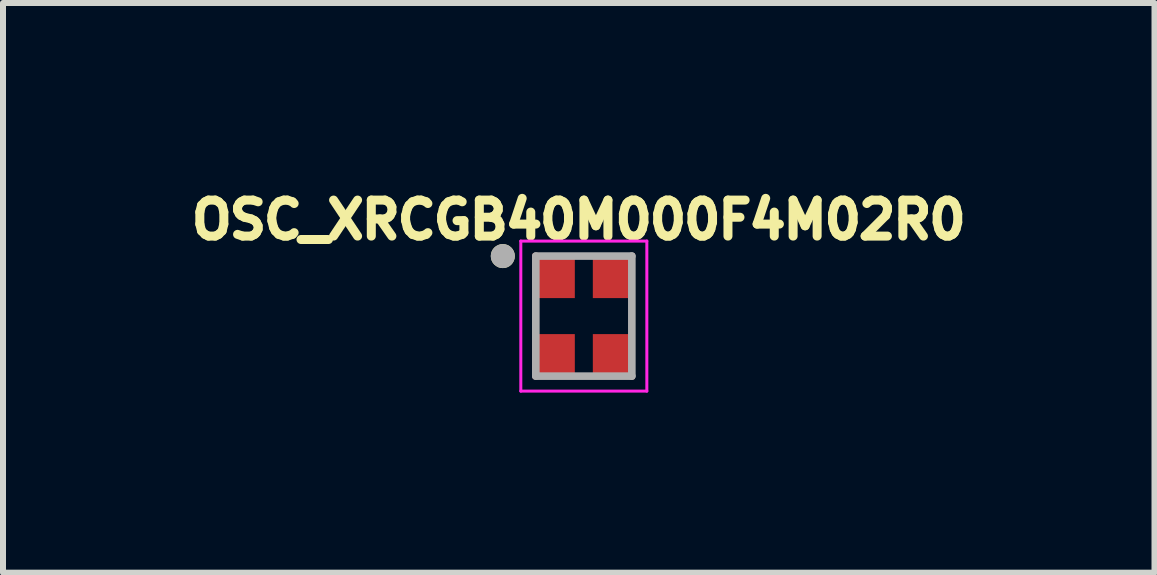
<source format=kicad_pcb>
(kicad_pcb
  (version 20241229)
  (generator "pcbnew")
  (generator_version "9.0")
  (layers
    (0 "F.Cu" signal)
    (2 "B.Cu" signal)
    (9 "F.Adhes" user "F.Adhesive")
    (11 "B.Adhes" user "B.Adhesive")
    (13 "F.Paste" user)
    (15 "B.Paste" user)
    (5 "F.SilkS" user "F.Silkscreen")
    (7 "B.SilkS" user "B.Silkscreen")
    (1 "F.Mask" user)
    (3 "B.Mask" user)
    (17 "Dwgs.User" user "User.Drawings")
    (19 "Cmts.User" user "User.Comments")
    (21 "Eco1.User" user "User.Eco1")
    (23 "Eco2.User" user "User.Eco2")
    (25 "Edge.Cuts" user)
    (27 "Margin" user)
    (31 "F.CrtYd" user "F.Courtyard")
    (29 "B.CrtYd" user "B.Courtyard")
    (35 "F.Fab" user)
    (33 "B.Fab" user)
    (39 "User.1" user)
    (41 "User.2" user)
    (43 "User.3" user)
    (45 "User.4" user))
  (footprint "OSC_XRCGB40M000F4M02R0"
    (layer "F.Cu")
    (at 6.678 2.217)
    (property "Reference" "OSC_XRCGB40M000F4M02R0" (at -0.084 -1.603 0) (layer "F.SilkS") (effects (font (size 0.6 0.6) (thickness 0.15))))
    (attr smd)
    (fp_circle (center -1.35 -1) (end -1.25 -1) (stroke (width 0.2) (type solid)) (fill no) (layer "F.SilkS"))
    (fp_line (start -1.05 -1.25) (end 1.05 -1.25) (stroke (width 0.05) (type solid)) (layer "F.CrtYd"))
    (fp_line (start -1.05 1.25) (end -1.05 -1.25) (stroke (width 0.05) (type solid)) (layer "F.CrtYd"))
    (fp_line (start 1.05 -1.25) (end 1.05 1.25) (stroke (width 0.05) (type solid)) (layer "F.CrtYd"))
    (fp_line (start 1.05 1.25) (end -1.05 1.25) (stroke (width 0.05) (type solid)) (layer "F.CrtYd"))
    (fp_line (start -0.8 -1) (end 0.8 -1) (stroke (width 0.127) (type solid)) (layer "F.Fab"))
    (fp_line (start -0.8 1) (end -0.8 -1) (stroke (width 0.127) (type solid)) (layer "F.Fab"))
    (fp_line (start 0.8 -1) (end 0.8 1) (stroke (width 0.127) (type solid)) (layer "F.Fab"))
    (fp_line (start 0.8 1) (end -0.8 1) (stroke (width 0.127) (type solid)) (layer "F.Fab"))
    (fp_circle (center -1.35 -1) (end -1.25 -1) (stroke (width 0.2) (type solid)) (fill no) (layer "F.Fab"))
    (pad "1" smd rect (at -0.5 -0.675) (size 0.7 0.75) (layers "F.Cu" "F.Mask" "F.Paste"))
    (pad "2" smd rect (at -0.5 0.675) (size 0.7 0.75) (layers "F.Cu" "F.Mask" "F.Paste"))
    (pad "3" smd rect (at 0.5 0.675) (size 0.7 0.75) (layers "F.Cu" "F.Mask" "F.Paste"))
    (pad "4" smd rect (at 0.5 -0.675) (size 0.7 0.75) (layers "F.Cu" "F.Mask" "F.Paste")))
  (gr_rect
    (start -3 -3)
    (end 16.187 6.492)
    (stroke (width 0.1) (type default))
    (fill no)
    (layer "Edge.Cuts")))
</source>
